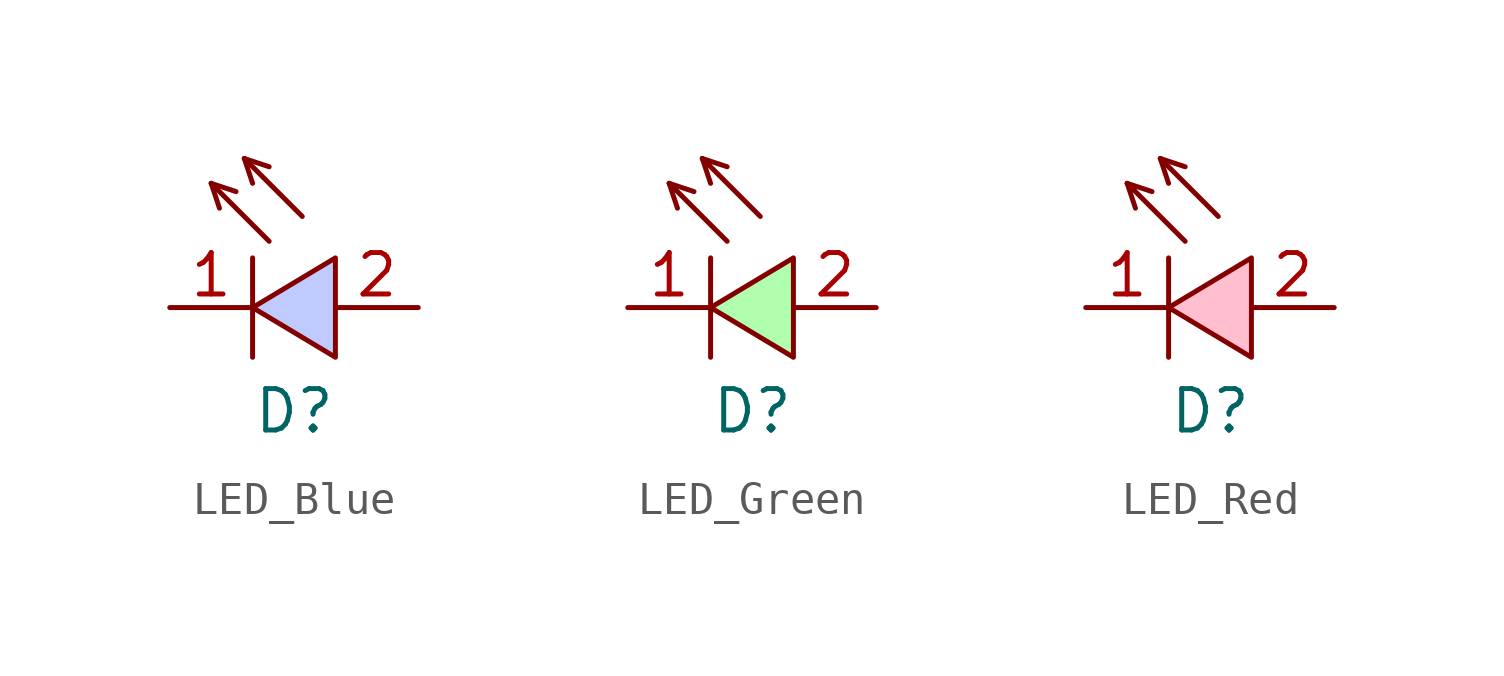
<source format=kicad_sym>
(kicad_symbol_lib
  (version 20231120)
  (generator "kicad_symbol_editor")
  (generator_version "8.0")
  (symbol "LED_Blue"
    (pin_names hide)
    (property "Reference" "D"
      (at 0 -3.175 0)
      (effects (font (size 1.27 1.27)) (justify left)))
    (property "Value" ""
      (at 0 0 0)
      (effects (font (size 1.27 1.27))))
    (symbol "LED_Blue_0_1"
      (polyline (pts (xy -1.27 3.81) (xy -0.508 3.556)) (stroke (width 0) (type default)) (fill (type none)))
      (polyline (pts (xy -1.27 3.81) (xy 0.508 2.032)) (stroke (width 0) (type default)) (fill (type none)))
      (polyline (pts (xy -1.016 3.048) (xy -1.27 3.81)) (stroke (width 0) (type default)) (fill (type none)))
      (polyline (pts (xy -0.254 4.572) (xy 0.508 4.318)) (stroke (width 0) (type default)) (fill (type none)))
      (polyline (pts (xy -0.254 4.572) (xy 1.524 2.794)) (stroke (width 0) (type default)) (fill (type none)))
      (polyline (pts (xy 0 1.524) (xy 0 -1.524)) (stroke (width 0) (type default)) (fill (type none)))
      (polyline (pts (xy 0 3.81) (xy -0.254 4.572)) (stroke (width 0) (type default)) (fill (type none)))
      (polyline (pts (xy 0 0) (xy 2.54 1.524) (xy 2.54 -1.524) (xy 0 0)) (stroke (width 0) (type default)) (fill (type color) (color 191 203 255 1))))
    (symbol "LED_Blue_1_1"
      (pin passive line (at -2.54 0 0) (length 2.54) (name "1" (effects (font (size 1.27 1.27)))) (number "1" (effects (font (size 1.27 1.27)))))
      (pin passive line (at 5.08 0 180) (length 2.54) (name "2" (effects (font (size 1.27 1.27)))) (number "2" (effects (font (size 1.27 1.27)))))))
  (symbol "LED_Green"
    (pin_names hide)
    (property "Reference" "D"
      (at 0 -3.175 0)
      (effects (font (size 1.27 1.27)) (justify left)))
    (property "Value" ""
      (at 0 0 0)
      (effects (font (size 1.27 1.27))))
    (symbol "LED_Green_0_1"
      (polyline (pts (xy -1.27 3.81) (xy -0.508 3.556)) (stroke (width 0) (type default)) (fill (type none)))
      (polyline (pts (xy -1.27 3.81) (xy 0.508 2.032)) (stroke (width 0) (type default)) (fill (type none)))
      (polyline (pts (xy -1.016 3.048) (xy -1.27 3.81)) (stroke (width 0) (type default)) (fill (type none)))
      (polyline (pts (xy -0.254 4.572) (xy 0.508 4.318)) (stroke (width 0) (type default)) (fill (type none)))
      (polyline (pts (xy -0.254 4.572) (xy 1.524 2.794)) (stroke (width 0) (type default)) (fill (type none)))
      (polyline (pts (xy 0 1.524) (xy 0 -1.524)) (stroke (width 0) (type default)) (fill (type none)))
      (polyline (pts (xy 0 3.81) (xy -0.254 4.572)) (stroke (width 0) (type default)) (fill (type none)))
      (polyline (pts (xy 0 0) (xy 2.54 1.524) (xy 2.54 -1.524) (xy 0 0)) (stroke (width 0) (type default)) (fill (type color) (color 175 255 175 1))))
    (symbol "LED_Green_1_1"
      (pin passive line (at -2.54 0 0) (length 2.54) (name "1" (effects (font (size 1.27 1.27)))) (number "1" (effects (font (size 1.27 1.27)))))
      (pin passive line (at 5.08 0 180) (length 2.54) (name "2" (effects (font (size 1.27 1.27)))) (number "2" (effects (font (size 1.27 1.27)))))))
  (symbol "LED_Red"
    (pin_names hide)
    (property "Reference" "D"
      (at 0 -3.175 0)
      (effects (font (size 1.27 1.27)) (justify left)))
    (property "Value" ""
      (at 0 0 0)
      (effects (font (size 1.27 1.27))))
    (symbol "LED_Red_0_1"
      (polyline (pts (xy -1.27 3.81) (xy -0.508 3.556)) (stroke (width 0) (type default)) (fill (type none)))
      (polyline (pts (xy -1.27 3.81) (xy 0.508 2.032)) (stroke (width 0) (type default)) (fill (type none)))
      (polyline (pts (xy -1.016 3.048) (xy -1.27 3.81)) (stroke (width 0) (type default)) (fill (type none)))
      (polyline (pts (xy -0.254 4.572) (xy 0.508 4.318)) (stroke (width 0) (type default)) (fill (type none)))
      (polyline (pts (xy -0.254 4.572) (xy 1.524 2.794)) (stroke (width 0) (type default)) (fill (type none)))
      (polyline (pts (xy 0 1.524) (xy 0 -1.524)) (stroke (width 0) (type default)) (fill (type none)))
      (polyline (pts (xy 0 3.81) (xy -0.254 4.572)) (stroke (width 0) (type default)) (fill (type none)))
      (polyline (pts (xy 0 0) (xy 2.54 1.524) (xy 2.54 -1.524) (xy 0 0)) (stroke (width 0) (type default)) (fill (type color) (color 255 191 207 1))))
    (symbol "LED_Red_1_1"
      (pin passive line (at -2.54 0 0) (length 2.54) (name "1" (effects (font (size 1.27 1.27)))) (number "1" (effects (font (size 1.27 1.27)))))
      (pin passive line (at 5.08 0 180) (length 2.54) (name "2" (effects (font (size 1.27 1.27)))) (number "2" (effects (font (size 1.27 1.27))))))))
</source>
